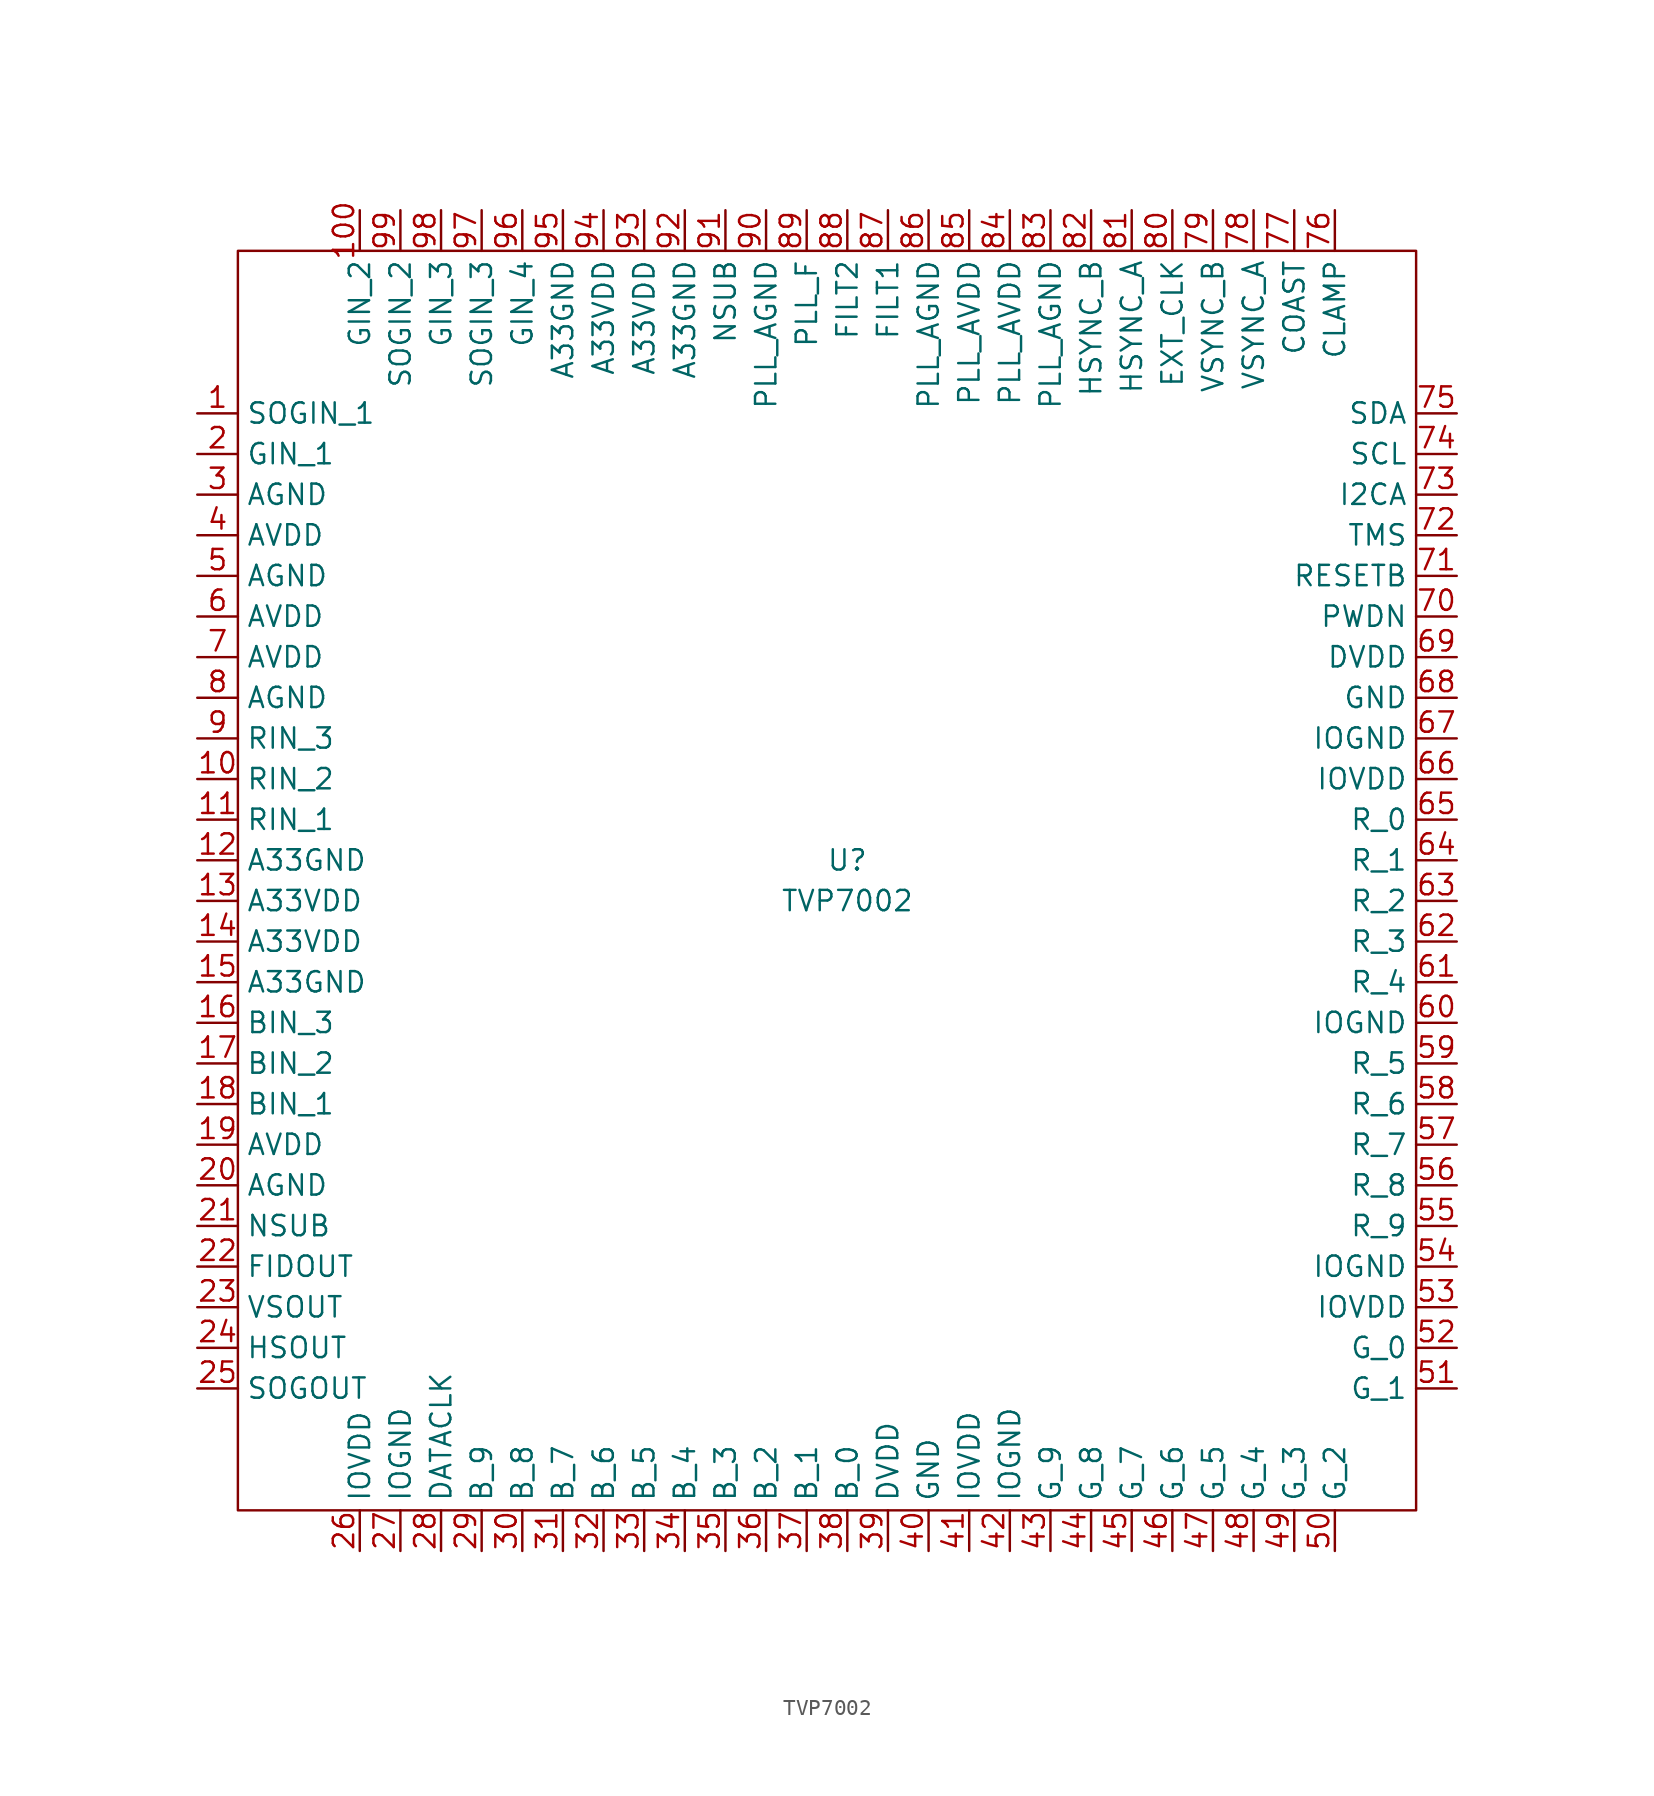
<source format=kicad_sym>
(kicad_symbol_lib
  (version 20211014)
  (generator kicad_symbol_editor)
  (symbol "TVP7002"
    (property "Reference" "U"
      (at 0 2.54 0)
      (effects (font (size 1.27 1.27))))
    (property "Value" "TVP7002"
      (at 0 0 0)
      (effects (font (size 1.27 1.27))))
    (symbol "TVP7002_0_1"
      (rectangle (start -38.1 40.64) (end 35.56 -38.1) (stroke (width 0) (type default) (color 0 0 0 0)) (fill (type none))))
    (symbol "TVP7002_1_1"
      (pin input line (at -40.64 30.48 0) (length 2.54) (name "SOGIN_1" (effects (font (size 1.27 1.27)))) (number "1" (effects (font (size 1.27 1.27)))))
      (pin input line (at -40.64 7.62 0) (length 2.54) (name "RIN_2" (effects (font (size 1.27 1.27)))) (number "10" (effects (font (size 1.27 1.27)))))
      (pin input line (at -30.48 43.18 270) (length 2.54) (name "GIN_2" (effects (font (size 1.27 1.27)))) (number "100" (effects (font (size 1.27 1.27)))))
      (pin input line (at -40.64 5.08 0) (length 2.54) (name "RIN_1" (effects (font (size 1.27 1.27)))) (number "11" (effects (font (size 1.27 1.27)))))
      (pin power_in line (at -40.64 2.54 0) (length 2.54) (name "A33GND" (effects (font (size 1.27 1.27)))) (number "12" (effects (font (size 1.27 1.27)))))
      (pin power_in line (at -40.64 0 0) (length 2.54) (name "A33VDD" (effects (font (size 1.27 1.27)))) (number "13" (effects (font (size 1.27 1.27)))))
      (pin power_in line (at -40.64 -2.54 0) (length 2.54) (name "A33VDD" (effects (font (size 1.27 1.27)))) (number "14" (effects (font (size 1.27 1.27)))))
      (pin power_in line (at -40.64 -5.08 0) (length 2.54) (name "A33GND" (effects (font (size 1.27 1.27)))) (number "15" (effects (font (size 1.27 1.27)))))
      (pin input line (at -40.64 -7.62 0) (length 2.54) (name "BIN_3" (effects (font (size 1.27 1.27)))) (number "16" (effects (font (size 1.27 1.27)))))
      (pin input line (at -40.64 -10.16 0) (length 2.54) (name "BIN_2" (effects (font (size 1.27 1.27)))) (number "17" (effects (font (size 1.27 1.27)))))
      (pin input line (at -40.64 -12.7 0) (length 2.54) (name "BIN_1" (effects (font (size 1.27 1.27)))) (number "18" (effects (font (size 1.27 1.27)))))
      (pin power_in line (at -40.64 -15.24 0) (length 2.54) (name "AVDD" (effects (font (size 1.27 1.27)))) (number "19" (effects (font (size 1.27 1.27)))))
      (pin input line (at -40.64 27.94 0) (length 2.54) (name "GIN_1" (effects (font (size 1.27 1.27)))) (number "2" (effects (font (size 1.27 1.27)))))
      (pin power_in line (at -40.64 -17.78 0) (length 2.54) (name "AGND" (effects (font (size 1.27 1.27)))) (number "20" (effects (font (size 1.27 1.27)))))
      (pin power_in line (at -40.64 -20.32 0) (length 2.54) (name "NSUB" (effects (font (size 1.27 1.27)))) (number "21" (effects (font (size 1.27 1.27)))))
      (pin output line (at -40.64 -22.86 0) (length 2.54) (name "FIDOUT" (effects (font (size 1.27 1.27)))) (number "22" (effects (font (size 1.27 1.27)))))
      (pin output line (at -40.64 -25.4 0) (length 2.54) (name "VSOUT" (effects (font (size 1.27 1.27)))) (number "23" (effects (font (size 1.27 1.27)))))
      (pin output line (at -40.64 -27.94 0) (length 2.54) (name "HSOUT" (effects (font (size 1.27 1.27)))) (number "24" (effects (font (size 1.27 1.27)))))
      (pin output line (at -40.64 -30.48 0) (length 2.54) (name "SOGOUT" (effects (font (size 1.27 1.27)))) (number "25" (effects (font (size 1.27 1.27)))))
      (pin power_in line (at -30.48 -40.64 90) (length 2.54) (name "IOVDD" (effects (font (size 1.27 1.27)))) (number "26" (effects (font (size 1.27 1.27)))))
      (pin power_in line (at -27.94 -40.64 90) (length 2.54) (name "IOGND" (effects (font (size 1.27 1.27)))) (number "27" (effects (font (size 1.27 1.27)))))
      (pin output line (at -25.4 -40.64 90) (length 2.54) (name "DATACLK" (effects (font (size 1.27 1.27)))) (number "28" (effects (font (size 1.27 1.27)))))
      (pin output line (at -22.86 -40.64 90) (length 2.54) (name "B_9" (effects (font (size 1.27 1.27)))) (number "29" (effects (font (size 1.27 1.27)))))
      (pin power_in line (at -40.64 25.4 0) (length 2.54) (name "AGND" (effects (font (size 1.27 1.27)))) (number "3" (effects (font (size 1.27 1.27)))))
      (pin output line (at -20.32 -40.64 90) (length 2.54) (name "B_8" (effects (font (size 1.27 1.27)))) (number "30" (effects (font (size 1.27 1.27)))))
      (pin output line (at -17.78 -40.64 90) (length 2.54) (name "B_7" (effects (font (size 1.27 1.27)))) (number "31" (effects (font (size 1.27 1.27)))))
      (pin output line (at -15.24 -40.64 90) (length 2.54) (name "B_6" (effects (font (size 1.27 1.27)))) (number "32" (effects (font (size 1.27 1.27)))))
      (pin output line (at -12.7 -40.64 90) (length 2.54) (name "B_5" (effects (font (size 1.27 1.27)))) (number "33" (effects (font (size 1.27 1.27)))))
      (pin output line (at -10.16 -40.64 90) (length 2.54) (name "B_4" (effects (font (size 1.27 1.27)))) (number "34" (effects (font (size 1.27 1.27)))))
      (pin output line (at -7.62 -40.64 90) (length 2.54) (name "B_3" (effects (font (size 1.27 1.27)))) (number "35" (effects (font (size 1.27 1.27)))))
      (pin output line (at -5.08 -40.64 90) (length 2.54) (name "B_2" (effects (font (size 1.27 1.27)))) (number "36" (effects (font (size 1.27 1.27)))))
      (pin output line (at -2.54 -40.64 90) (length 2.54) (name "B_1" (effects (font (size 1.27 1.27)))) (number "37" (effects (font (size 1.27 1.27)))))
      (pin output line (at 0 -40.64 90) (length 2.54) (name "B_0" (effects (font (size 1.27 1.27)))) (number "38" (effects (font (size 1.27 1.27)))))
      (pin power_in line (at 2.54 -40.64 90) (length 2.54) (name "DVDD" (effects (font (size 1.27 1.27)))) (number "39" (effects (font (size 1.27 1.27)))))
      (pin power_in line (at -40.64 22.86 0) (length 2.54) (name "AVDD" (effects (font (size 1.27 1.27)))) (number "4" (effects (font (size 1.27 1.27)))))
      (pin power_in line (at 5.08 -40.64 90) (length 2.54) (name "GND" (effects (font (size 1.27 1.27)))) (number "40" (effects (font (size 1.27 1.27)))))
      (pin power_in line (at 7.62 -40.64 90) (length 2.54) (name "IOVDD" (effects (font (size 1.27 1.27)))) (number "41" (effects (font (size 1.27 1.27)))))
      (pin power_in line (at 10.16 -40.64 90) (length 2.54) (name "IOGND" (effects (font (size 1.27 1.27)))) (number "42" (effects (font (size 1.27 1.27)))))
      (pin output line (at 12.7 -40.64 90) (length 2.54) (name "G_9" (effects (font (size 1.27 1.27)))) (number "43" (effects (font (size 1.27 1.27)))))
      (pin output line (at 15.24 -40.64 90) (length 2.54) (name "G_8" (effects (font (size 1.27 1.27)))) (number "44" (effects (font (size 1.27 1.27)))))
      (pin output line (at 17.78 -40.64 90) (length 2.54) (name "G_7" (effects (font (size 1.27 1.27)))) (number "45" (effects (font (size 1.27 1.27)))))
      (pin output line (at 20.32 -40.64 90) (length 2.54) (name "G_6" (effects (font (size 1.27 1.27)))) (number "46" (effects (font (size 1.27 1.27)))))
      (pin output line (at 22.86 -40.64 90) (length 2.54) (name "G_5" (effects (font (size 1.27 1.27)))) (number "47" (effects (font (size 1.27 1.27)))))
      (pin output line (at 25.4 -40.64 90) (length 2.54) (name "G_4" (effects (font (size 1.27 1.27)))) (number "48" (effects (font (size 1.27 1.27)))))
      (pin output line (at 27.94 -40.64 90) (length 2.54) (name "G_3" (effects (font (size 1.27 1.27)))) (number "49" (effects (font (size 1.27 1.27)))))
      (pin power_in line (at -40.64 20.32 0) (length 2.54) (name "AGND" (effects (font (size 1.27 1.27)))) (number "5" (effects (font (size 1.27 1.27)))))
      (pin output line (at 30.48 -40.64 90) (length 2.54) (name "G_2" (effects (font (size 1.27 1.27)))) (number "50" (effects (font (size 1.27 1.27)))))
      (pin output line (at 38.1 -30.48 180) (length 2.54) (name "G_1" (effects (font (size 1.27 1.27)))) (number "51" (effects (font (size 1.27 1.27)))))
      (pin output line (at 38.1 -27.94 180) (length 2.54) (name "G_0" (effects (font (size 1.27 1.27)))) (number "52" (effects (font (size 1.27 1.27)))))
      (pin power_in line (at 38.1 -25.4 180) (length 2.54) (name "IOVDD" (effects (font (size 1.27 1.27)))) (number "53" (effects (font (size 1.27 1.27)))))
      (pin power_in line (at 38.1 -22.86 180) (length 2.54) (name "IOGND" (effects (font (size 1.27 1.27)))) (number "54" (effects (font (size 1.27 1.27)))))
      (pin output line (at 38.1 -20.32 180) (length 2.54) (name "R_9" (effects (font (size 1.27 1.27)))) (number "55" (effects (font (size 1.27 1.27)))))
      (pin output line (at 38.1 -17.78 180) (length 2.54) (name "R_8" (effects (font (size 1.27 1.27)))) (number "56" (effects (font (size 1.27 1.27)))))
      (pin output line (at 38.1 -15.24 180) (length 2.54) (name "R_7" (effects (font (size 1.27 1.27)))) (number "57" (effects (font (size 1.27 1.27)))))
      (pin output line (at 38.1 -12.7 180) (length 2.54) (name "R_6" (effects (font (size 1.27 1.27)))) (number "58" (effects (font (size 1.27 1.27)))))
      (pin output line (at 38.1 -10.16 180) (length 2.54) (name "R_5" (effects (font (size 1.27 1.27)))) (number "59" (effects (font (size 1.27 1.27)))))
      (pin power_in line (at -40.64 17.78 0) (length 2.54) (name "AVDD" (effects (font (size 1.27 1.27)))) (number "6" (effects (font (size 1.27 1.27)))))
      (pin power_in line (at 38.1 -7.62 180) (length 2.54) (name "IOGND" (effects (font (size 1.27 1.27)))) (number "60" (effects (font (size 1.27 1.27)))))
      (pin output line (at 38.1 -5.08 180) (length 2.54) (name "R_4" (effects (font (size 1.27 1.27)))) (number "61" (effects (font (size 1.27 1.27)))))
      (pin output line (at 38.1 -2.54 180) (length 2.54) (name "R_3" (effects (font (size 1.27 1.27)))) (number "62" (effects (font (size 1.27 1.27)))))
      (pin output line (at 38.1 0 180) (length 2.54) (name "R_2" (effects (font (size 1.27 1.27)))) (number "63" (effects (font (size 1.27 1.27)))))
      (pin output line (at 38.1 2.54 180) (length 2.54) (name "R_1" (effects (font (size 1.27 1.27)))) (number "64" (effects (font (size 1.27 1.27)))))
      (pin output line (at 38.1 5.08 180) (length 2.54) (name "R_0" (effects (font (size 1.27 1.27)))) (number "65" (effects (font (size 1.27 1.27)))))
      (pin power_in line (at 38.1 7.62 180) (length 2.54) (name "IOVDD" (effects (font (size 1.27 1.27)))) (number "66" (effects (font (size 1.27 1.27)))))
      (pin power_in line (at 38.1 10.16 180) (length 2.54) (name "IOGND" (effects (font (size 1.27 1.27)))) (number "67" (effects (font (size 1.27 1.27)))))
      (pin power_in line (at 38.1 12.7 180) (length 2.54) (name "GND" (effects (font (size 1.27 1.27)))) (number "68" (effects (font (size 1.27 1.27)))))
      (pin power_in line (at 38.1 15.24 180) (length 2.54) (name "DVDD" (effects (font (size 1.27 1.27)))) (number "69" (effects (font (size 1.27 1.27)))))
      (pin power_in line (at -40.64 15.24 0) (length 2.54) (name "AVDD" (effects (font (size 1.27 1.27)))) (number "7" (effects (font (size 1.27 1.27)))))
      (pin input line (at 38.1 17.78 180) (length 2.54) (name "PWDN" (effects (font (size 1.27 1.27)))) (number "70" (effects (font (size 1.27 1.27)))))
      (pin input line (at 38.1 20.32 180) (length 2.54) (name "RESETB" (effects (font (size 1.27 1.27)))) (number "71" (effects (font (size 1.27 1.27)))))
      (pin input line (at 38.1 22.86 180) (length 2.54) (name "TMS" (effects (font (size 1.27 1.27)))) (number "72" (effects (font (size 1.27 1.27)))))
      (pin input line (at 38.1 25.4 180) (length 2.54) (name "I2CA" (effects (font (size 1.27 1.27)))) (number "73" (effects (font (size 1.27 1.27)))))
      (pin input line (at 38.1 27.94 180) (length 2.54) (name "SCL" (effects (font (size 1.27 1.27)))) (number "74" (effects (font (size 1.27 1.27)))))
      (pin bidirectional line (at 38.1 30.48 180) (length 2.54) (name "SDA" (effects (font (size 1.27 1.27)))) (number "75" (effects (font (size 1.27 1.27)))))
      (pin input line (at 30.48 43.18 270) (length 2.54) (name "CLAMP" (effects (font (size 1.27 1.27)))) (number "76" (effects (font (size 1.27 1.27)))))
      (pin input line (at 27.94 43.18 270) (length 2.54) (name "COAST" (effects (font (size 1.27 1.27)))) (number "77" (effects (font (size 1.27 1.27)))))
      (pin input line (at 25.4 43.18 270) (length 2.54) (name "VSYNC_A" (effects (font (size 1.27 1.27)))) (number "78" (effects (font (size 1.27 1.27)))))
      (pin input line (at 22.86 43.18 270) (length 2.54) (name "VSYNC_B" (effects (font (size 1.27 1.27)))) (number "79" (effects (font (size 1.27 1.27)))))
      (pin power_in line (at -40.64 12.7 0) (length 2.54) (name "AGND" (effects (font (size 1.27 1.27)))) (number "8" (effects (font (size 1.27 1.27)))))
      (pin input line (at 20.32 43.18 270) (length 2.54) (name "EXT_CLK" (effects (font (size 1.27 1.27)))) (number "80" (effects (font (size 1.27 1.27)))))
      (pin input line (at 17.78 43.18 270) (length 2.54) (name "HSYNC_A" (effects (font (size 1.27 1.27)))) (number "81" (effects (font (size 1.27 1.27)))))
      (pin input line (at 15.24 43.18 270) (length 2.54) (name "HSYNC_B" (effects (font (size 1.27 1.27)))) (number "82" (effects (font (size 1.27 1.27)))))
      (pin power_in line (at 12.7 43.18 270) (length 2.54) (name "PLL_AGND" (effects (font (size 1.27 1.27)))) (number "83" (effects (font (size 1.27 1.27)))))
      (pin power_in line (at 10.16 43.18 270) (length 2.54) (name "PLL_AVDD" (effects (font (size 1.27 1.27)))) (number "84" (effects (font (size 1.27 1.27)))))
      (pin power_in line (at 7.62 43.18 270) (length 2.54) (name "PLL_AVDD" (effects (font (size 1.27 1.27)))) (number "85" (effects (font (size 1.27 1.27)))))
      (pin power_in line (at 5.08 43.18 270) (length 2.54) (name "PLL_AGND" (effects (font (size 1.27 1.27)))) (number "86" (effects (font (size 1.27 1.27)))))
      (pin output line (at 2.54 43.18 270) (length 2.54) (name "FILT1" (effects (font (size 1.27 1.27)))) (number "87" (effects (font (size 1.27 1.27)))))
      (pin output line (at 0 43.18 270) (length 2.54) (name "FILT2" (effects (font (size 1.27 1.27)))) (number "88" (effects (font (size 1.27 1.27)))))
      (pin input line (at -2.54 43.18 270) (length 2.54) (name "PLL_F" (effects (font (size 1.27 1.27)))) (number "89" (effects (font (size 1.27 1.27)))))
      (pin input line (at -40.64 10.16 0) (length 2.54) (name "RIN_3" (effects (font (size 1.27 1.27)))) (number "9" (effects (font (size 1.27 1.27)))))
      (pin power_in line (at -5.08 43.18 270) (length 2.54) (name "PLL_AGND" (effects (font (size 1.27 1.27)))) (number "90" (effects (font (size 1.27 1.27)))))
      (pin power_in line (at -7.62 43.18 270) (length 2.54) (name "NSUB" (effects (font (size 1.27 1.27)))) (number "91" (effects (font (size 1.27 1.27)))))
      (pin power_in line (at -10.16 43.18 270) (length 2.54) (name "A33GND" (effects (font (size 1.27 1.27)))) (number "92" (effects (font (size 1.27 1.27)))))
      (pin power_in line (at -12.7 43.18 270) (length 2.54) (name "A33VDD" (effects (font (size 1.27 1.27)))) (number "93" (effects (font (size 1.27 1.27)))))
      (pin power_in line (at -15.24 43.18 270) (length 2.54) (name "A33VDD" (effects (font (size 1.27 1.27)))) (number "94" (effects (font (size 1.27 1.27)))))
      (pin power_in line (at -17.78 43.18 270) (length 2.54) (name "A33GND" (effects (font (size 1.27 1.27)))) (number "95" (effects (font (size 1.27 1.27)))))
      (pin input line (at -20.32 43.18 270) (length 2.54) (name "GIN_4" (effects (font (size 1.27 1.27)))) (number "96" (effects (font (size 1.27 1.27)))))
      (pin input line (at -22.86 43.18 270) (length 2.54) (name "SOGIN_3" (effects (font (size 1.27 1.27)))) (number "97" (effects (font (size 1.27 1.27)))))
      (pin input line (at -25.4 43.18 270) (length 2.54) (name "GIN_3" (effects (font (size 1.27 1.27)))) (number "98" (effects (font (size 1.27 1.27)))))
      (pin input line (at -27.94 43.18 270) (length 2.54) (name "SOGIN_2" (effects (font (size 1.27 1.27)))) (number "99" (effects (font (size 1.27 1.27))))))))
</source>
